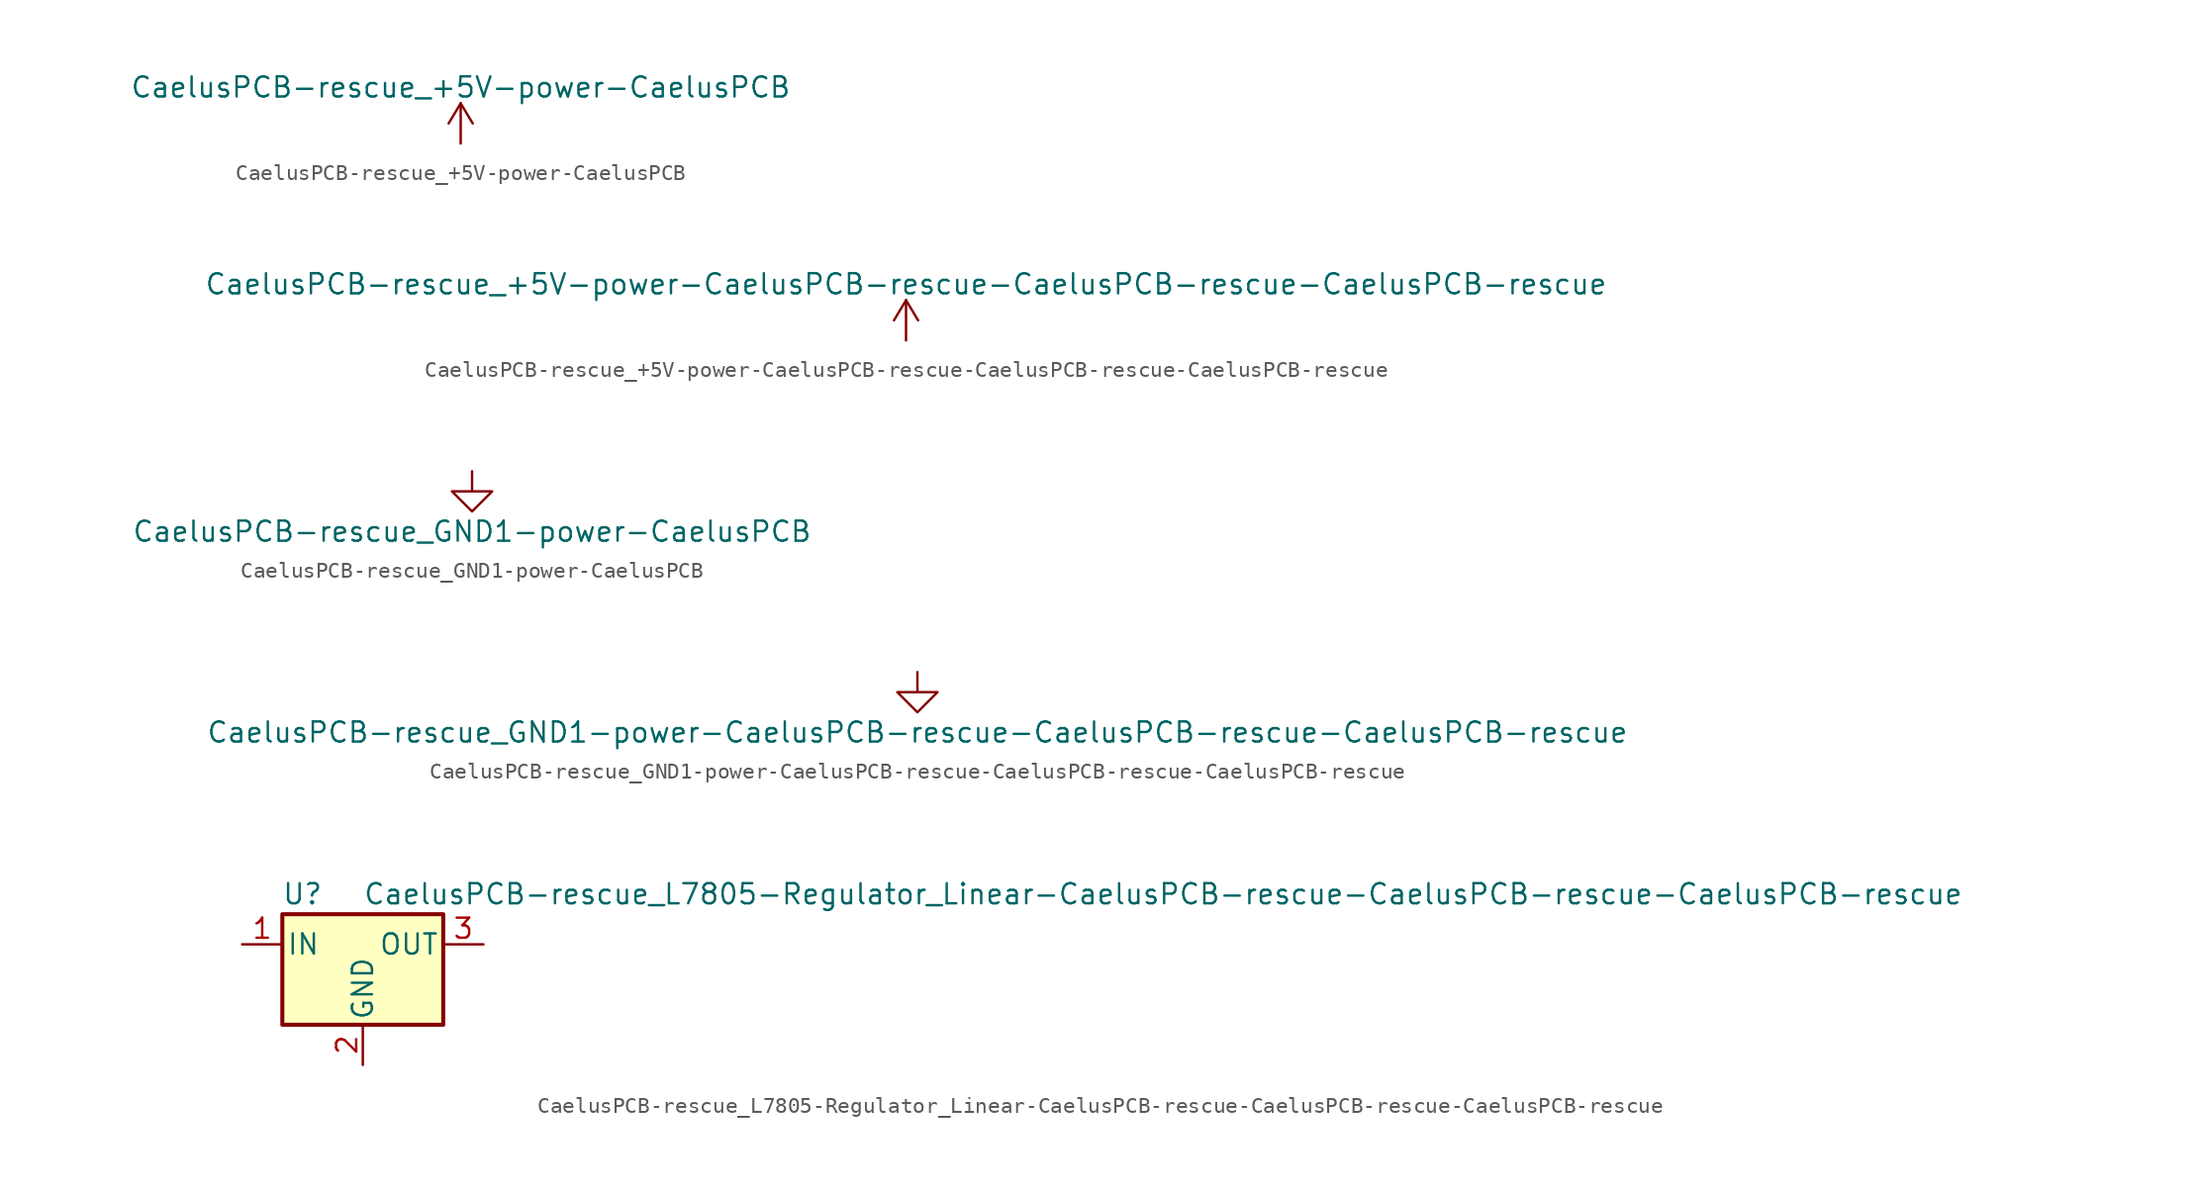
<source format=kicad_sym>
(kicad_symbol_lib
  (version 20211014)
  (generator kicad_symbol_editor)
  (symbol "CaelusPCB-rescue_+5V-power-CaelusPCB"
    (power)
    (pin_names
      (offset 0))
    (property "Reference" "#PWR"
      (at 0 -3.81 0)
      (effects (font (size 1.27 1.27)) hide))
    (property "Value" "CaelusPCB-rescue_+5V-power-CaelusPCB"
      (at 0 3.556 0)
      (effects (font (size 1.27 1.27))))
    (symbol "CaelusPCB-rescue_+5V-power-CaelusPCB_0_1"
      (polyline (pts (xy -0.762 1.27) (xy 0 2.54)) (stroke (width 0) (type default) (color 0 0 0 0)) (fill (type none)))
      (polyline (pts (xy 0 0) (xy 0 2.54)) (stroke (width 0) (type default) (color 0 0 0 0)) (fill (type none)))
      (polyline (pts (xy 0 2.54) (xy 0.762 1.27)) (stroke (width 0) (type default) (color 0 0 0 0)) (fill (type none))))
    (symbol "CaelusPCB-rescue_+5V-power-CaelusPCB_1_1"
      (pin power_in line (at 0 0 90) (length 0) hide (name "+5V" (effects (font (size 1.27 1.27)))) (number "1" (effects (font (size 1.27 1.27)))))))
  (symbol "CaelusPCB-rescue_+5V-power-CaelusPCB-rescue-CaelusPCB-rescue-CaelusPCB-rescue"
    (power)
    (pin_names
      (offset 0))
    (property "Reference" "#PWR"
      (at 0 -3.81 0)
      (effects (font (size 1.27 1.27)) hide))
    (property "Value" "CaelusPCB-rescue_+5V-power-CaelusPCB-rescue-CaelusPCB-rescue-CaelusPCB-rescue"
      (at 0 3.556 0)
      (effects (font (size 1.27 1.27))))
    (symbol "CaelusPCB-rescue_+5V-power-CaelusPCB-rescue-CaelusPCB-rescue-CaelusPCB-rescue_0_1"
      (polyline (pts (xy -0.762 1.27) (xy 0 2.54)) (stroke (width 0) (type default) (color 0 0 0 0)) (fill (type none)))
      (polyline (pts (xy 0 0) (xy 0 2.54)) (stroke (width 0) (type default) (color 0 0 0 0)) (fill (type none)))
      (polyline (pts (xy 0 2.54) (xy 0.762 1.27)) (stroke (width 0) (type default) (color 0 0 0 0)) (fill (type none))))
    (symbol "CaelusPCB-rescue_+5V-power-CaelusPCB-rescue-CaelusPCB-rescue-CaelusPCB-rescue_1_1"
      (pin power_in line (at 0 0 90) (length 0) hide (name "+5V" (effects (font (size 1.27 1.27)))) (number "1" (effects (font (size 1.27 1.27)))))))
  (symbol "CaelusPCB-rescue_GND1-power-CaelusPCB"
    (power)
    (pin_names
      (offset 0))
    (property "Reference" "#PWR"
      (at 0 -6.35 0)
      (effects (font (size 1.27 1.27)) hide))
    (property "Value" "CaelusPCB-rescue_GND1-power-CaelusPCB"
      (at 0 -3.81 0)
      (effects (font (size 1.27 1.27))))
    (symbol "CaelusPCB-rescue_GND1-power-CaelusPCB_0_1"
      (polyline (pts (xy 0 0) (xy 0 -1.27) (xy 1.27 -1.27) (xy 0 -2.54) (xy -1.27 -1.27) (xy 0 -1.27)) (stroke (width 0) (type default) (color 0 0 0 0)) (fill (type none))))
    (symbol "CaelusPCB-rescue_GND1-power-CaelusPCB_1_1"
      (pin power_in line (at 0 0 270) (length 0) hide (name "GND1" (effects (font (size 1.27 1.27)))) (number "1" (effects (font (size 1.27 1.27)))))))
  (symbol "CaelusPCB-rescue_GND1-power-CaelusPCB-rescue-CaelusPCB-rescue-CaelusPCB-rescue"
    (power)
    (pin_names
      (offset 0))
    (property "Reference" "#PWR"
      (at 0 -6.35 0)
      (effects (font (size 1.27 1.27)) hide))
    (property "Value" "CaelusPCB-rescue_GND1-power-CaelusPCB-rescue-CaelusPCB-rescue-CaelusPCB-rescue"
      (at 0 -3.81 0)
      (effects (font (size 1.27 1.27))))
    (symbol "CaelusPCB-rescue_GND1-power-CaelusPCB-rescue-CaelusPCB-rescue-CaelusPCB-rescue_0_1"
      (polyline (pts (xy 0 0) (xy 0 -1.27) (xy 1.27 -1.27) (xy 0 -2.54) (xy -1.27 -1.27) (xy 0 -1.27)) (stroke (width 0) (type default) (color 0 0 0 0)) (fill (type none))))
    (symbol "CaelusPCB-rescue_GND1-power-CaelusPCB-rescue-CaelusPCB-rescue-CaelusPCB-rescue_1_1"
      (pin power_in line (at 0 0 270) (length 0) hide (name "GND1" (effects (font (size 1.27 1.27)))) (number "1" (effects (font (size 1.27 1.27)))))))
  (symbol "CaelusPCB-rescue_L7805-Regulator_Linear-CaelusPCB-rescue-CaelusPCB-rescue-CaelusPCB-rescue"
    (pin_names
      (offset 0.254))
    (property "Reference" "U"
      (at -3.81 3.175 0)
      (effects (font (size 1.27 1.27))))
    (property "Value" "CaelusPCB-rescue_L7805-Regulator_Linear-CaelusPCB-rescue-CaelusPCB-rescue-CaelusPCB-rescue"
      (at 0 3.175 0)
      (effects (font (size 1.27 1.27)) (justify left)))
    (symbol "CaelusPCB-rescue_L7805-Regulator_Linear-CaelusPCB-rescue-CaelusPCB-rescue-CaelusPCB-rescue_0_1"
      (rectangle (start -5.08 1.905) (end 5.08 -5.08) (stroke (width 0.254) (type default) (color 0 0 0 0)) (fill (type background))))
    (symbol "CaelusPCB-rescue_L7805-Regulator_Linear-CaelusPCB-rescue-CaelusPCB-rescue-CaelusPCB-rescue_1_1"
      (pin power_in line (at -7.62 0 0) (length 2.54) (name "IN" (effects (font (size 1.27 1.27)))) (number "1" (effects (font (size 1.27 1.27)))))
      (pin power_in line (at 0 -7.62 90) (length 2.54) (name "GND" (effects (font (size 1.27 1.27)))) (number "2" (effects (font (size 1.27 1.27)))))
      (pin power_out line (at 7.62 0 180) (length 2.54) (name "OUT" (effects (font (size 1.27 1.27)))) (number "3" (effects (font (size 1.27 1.27))))))))
</source>
